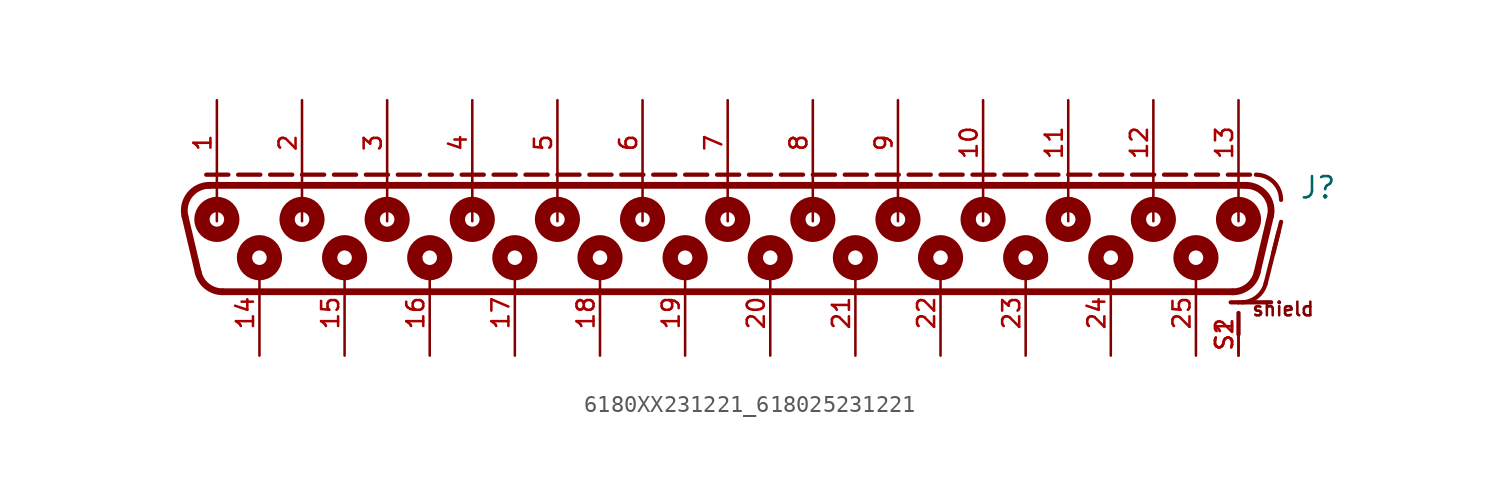
<source format=kicad_sym>
(kicad_symbol_lib
  (version 20231120)
  (generator "kicad_symbol_editor")
  (generator_version "8.0")
  (symbol "6180XX231221_618025231221"
    (pin_names
      (offset 1.016))
    (property "Reference" "J"
      (at 34.1 1.66 0)
      (effects (font (size 1.27 1.27)) (justify left bottom)))
    (symbol "6180XX231221_618025231221_0_0"
      (arc (start -31.5929 -2.6548) (mid -31.0669 -3.4839) (end -30.1331 -3.81) (stroke (width 0.4064) (type default)) (fill (type none)))
      (arc (start -30.9244 2.54) (mid -32.1006 1.9708) (end -32.3842 0.6952) (stroke (width 0.4064) (type default)) (fill (type none)))
      (circle (center -30.48 0.508) (radius 0.432) (stroke (width 0.914) (type default)) (fill (type none)))
      (circle (center -30.48 0.508) (radius 0.762) (stroke (width 0.254) (type default)) (fill (type none)))
      (circle (center -27.94 -1.778) (radius 0.432) (stroke (width 0.914) (type default)) (fill (type none)))
      (circle (center -27.94 -1.778) (radius 0.762) (stroke (width 0.254) (type default)) (fill (type none)))
      (circle (center -25.4 0.508) (radius 0.432) (stroke (width 0.914) (type default)) (fill (type none)))
      (circle (center -25.4 0.508) (radius 0.762) (stroke (width 0.254) (type default)) (fill (type none)))
      (circle (center -22.86 -1.778) (radius 0.432) (stroke (width 0.914) (type default)) (fill (type none)))
      (circle (center -22.86 -1.778) (radius 0.762) (stroke (width 0.254) (type default)) (fill (type none)))
      (circle (center -20.32 0.508) (radius 0.432) (stroke (width 0.914) (type default)) (fill (type none)))
      (circle (center -20.32 0.508) (radius 0.762) (stroke (width 0.254) (type default)) (fill (type none)))
      (circle (center -17.78 -1.778) (radius 0.432) (stroke (width 0.914) (type default)) (fill (type none)))
      (circle (center -17.78 -1.778) (radius 0.762) (stroke (width 0.254) (type default)) (fill (type none)))
      (circle (center -15.24 0.508) (radius 0.432) (stroke (width 0.914) (type default)) (fill (type none)))
      (circle (center -15.24 0.508) (radius 0.762) (stroke (width 0.254) (type default)) (fill (type none)))
      (circle (center -12.7 -1.778) (radius 0.432) (stroke (width 0.914) (type default)) (fill (type none)))
      (circle (center -12.7 -1.778) (radius 0.762) (stroke (width 0.254) (type default)) (fill (type none)))
      (circle (center -10.16 0.508) (radius 0.432) (stroke (width 0.914) (type default)) (fill (type none)))
      (circle (center -10.16 0.508) (radius 0.762) (stroke (width 0.254) (type default)) (fill (type none)))
      (circle (center -7.62 -1.778) (radius 0.432) (stroke (width 0.914) (type default)) (fill (type none)))
      (circle (center -7.62 -1.778) (radius 0.762) (stroke (width 0.254) (type default)) (fill (type none)))
      (circle (center -5.08 0.508) (radius 0.432) (stroke (width 0.914) (type default)) (fill (type none)))
      (circle (center -5.08 0.508) (radius 0.762) (stroke (width 0.254) (type default)) (fill (type none)))
      (circle (center -2.54 -1.778) (radius 0.432) (stroke (width 0.914) (type default)) (fill (type none)))
      (circle (center -2.54 -1.778) (radius 0.762) (stroke (width 0.254) (type default)) (fill (type none)))
      (polyline (pts (xy -31.593 -2.655) (xy -32.384 0.695)) (stroke (width 0.406) (type default)) (fill (type none)))
      (polyline (pts (xy -31.115 3.175) (xy -29.793 3.175)) (stroke (width 0.254) (type default)) (fill (type none)))
      (polyline (pts (xy -30.924 2.54) (xy 30.924 2.54)) (stroke (width 0.406) (type default)) (fill (type none)))
      (polyline (pts (xy -30.48 2.58) (xy -30.48 0.4)) (stroke (width 0.152) (type default)) (fill (type none)))
      (polyline (pts (xy -29.21 3.175) (xy -27.888 3.175)) (stroke (width 0.254) (type default)) (fill (type none)))
      (polyline (pts (xy -27.305 3.175) (xy -25.983 3.175)) (stroke (width 0.254) (type default)) (fill (type none)))
      (polyline (pts (xy -25.4 2.58) (xy -25.4 0.4)) (stroke (width 0.152) (type default)) (fill (type none)))
      (polyline (pts (xy -25.4 3.175) (xy -24.078 3.175)) (stroke (width 0.254) (type default)) (fill (type none)))
      (polyline (pts (xy -23.495 3.175) (xy -22.173 3.175)) (stroke (width 0.254) (type default)) (fill (type none)))
      (polyline (pts (xy -21.59 3.175) (xy -20.268 3.175)) (stroke (width 0.254) (type default)) (fill (type none)))
      (polyline (pts (xy -20.32 2.58) (xy -20.32 0.4)) (stroke (width 0.152) (type default)) (fill (type none)))
      (polyline (pts (xy -19.685 3.175) (xy -18.363 3.175)) (stroke (width 0.254) (type default)) (fill (type none)))
      (polyline (pts (xy -17.78 3.175) (xy -16.458 3.175)) (stroke (width 0.254) (type default)) (fill (type none)))
      (polyline (pts (xy -15.875 3.175) (xy -14.553 3.175)) (stroke (width 0.254) (type default)) (fill (type none)))
      (polyline (pts (xy -15.24 2.58) (xy -15.24 0.4)) (stroke (width 0.152) (type default)) (fill (type none)))
      (polyline (pts (xy -13.97 3.175) (xy -12.648 3.175)) (stroke (width 0.254) (type default)) (fill (type none)))
      (polyline (pts (xy -12.065 3.175) (xy -10.743 3.175)) (stroke (width 0.254) (type default)) (fill (type none)))
      (polyline (pts (xy -10.16 2.58) (xy -10.16 0.4)) (stroke (width 0.152) (type default)) (fill (type none)))
      (polyline (pts (xy -10.16 3.175) (xy -8.838 3.175)) (stroke (width 0.254) (type default)) (fill (type none)))
      (polyline (pts (xy -8.255 3.175) (xy -6.933 3.175)) (stroke (width 0.254) (type default)) (fill (type none)))
      (polyline (pts (xy -6.35 3.175) (xy -5.028 3.175)) (stroke (width 0.254) (type default)) (fill (type none)))
      (polyline (pts (xy -5.08 2.58) (xy -5.08 0.4)) (stroke (width 0.152) (type default)) (fill (type none)))
      (polyline (pts (xy -4.445 3.175) (xy -3.123 3.175)) (stroke (width 0.254) (type default)) (fill (type none)))
      (polyline (pts (xy -2.54 3.175) (xy -1.218 3.175)) (stroke (width 0.254) (type default)) (fill (type none)))
      (polyline (pts (xy -0.635 3.175) (xy 0.687 3.175)) (stroke (width 0.254) (type default)) (fill (type none)))
      (polyline (pts (xy 0 2.58) (xy 0 0.4)) (stroke (width 0.152) (type default)) (fill (type none)))
      (polyline (pts (xy 1.27 3.175) (xy 2.592 3.175)) (stroke (width 0.254) (type default)) (fill (type none)))
      (polyline (pts (xy 3.175 3.175) (xy 4.497 3.175)) (stroke (width 0.254) (type default)) (fill (type none)))
      (polyline (pts (xy 5.08 2.58) (xy 5.08 0.4)) (stroke (width 0.152) (type default)) (fill (type none)))
      (polyline (pts (xy 5.08 3.175) (xy 6.402 3.175)) (stroke (width 0.254) (type default)) (fill (type none)))
      (polyline (pts (xy 6.985 3.175) (xy 8.307 3.175)) (stroke (width 0.254) (type default)) (fill (type none)))
      (polyline (pts (xy 8.89 3.175) (xy 10.212 3.175)) (stroke (width 0.254) (type default)) (fill (type none)))
      (polyline (pts (xy 10.16 2.58) (xy 10.16 0.4)) (stroke (width 0.152) (type default)) (fill (type none)))
      (polyline (pts (xy 10.795 3.175) (xy 12.117 3.175)) (stroke (width 0.254) (type default)) (fill (type none)))
      (polyline (pts (xy 12.7 3.175) (xy 14.022 3.175)) (stroke (width 0.254) (type default)) (fill (type none)))
      (polyline (pts (xy 14.605 3.175) (xy 15.927 3.175)) (stroke (width 0.254) (type default)) (fill (type none)))
      (polyline (pts (xy 15.24 2.58) (xy 15.24 0.4)) (stroke (width 0.152) (type default)) (fill (type none)))
      (polyline (pts (xy 16.51 3.175) (xy 17.832 3.175)) (stroke (width 0.254) (type default)) (fill (type none)))
      (polyline (pts (xy 18.415 3.175) (xy 19.737 3.175)) (stroke (width 0.254) (type default)) (fill (type none)))
      (polyline (pts (xy 20.32 2.58) (xy 20.32 0.4)) (stroke (width 0.152) (type default)) (fill (type none)))
      (polyline (pts (xy 20.32 3.175) (xy 21.642 3.175)) (stroke (width 0.254) (type default)) (fill (type none)))
      (polyline (pts (xy 22.225 3.175) (xy 23.547 3.175)) (stroke (width 0.254) (type default)) (fill (type none)))
      (polyline (pts (xy 24.13 3.175) (xy 25.452 3.175)) (stroke (width 0.254) (type default)) (fill (type none)))
      (polyline (pts (xy 25.4 2.58) (xy 25.4 0.4)) (stroke (width 0.152) (type default)) (fill (type none)))
      (polyline (pts (xy 26.035 3.175) (xy 27.357 3.175)) (stroke (width 0.254) (type default)) (fill (type none)))
      (polyline (pts (xy 27.94 3.175) (xy 29.262 3.175)) (stroke (width 0.254) (type default)) (fill (type none)))
      (polyline (pts (xy 29.845 3.175) (xy 31.167 3.175)) (stroke (width 0.254) (type default)) (fill (type none)))
      (polyline (pts (xy 30.133 -3.81) (xy -30.133 -3.81)) (stroke (width 0.406) (type default)) (fill (type none)))
      (polyline (pts (xy 30.48 -6.35) (xy 30.48 -5.08)) (stroke (width 0.254) (type default)) (fill (type none)))
      (polyline (pts (xy 30.48 -4.445) (xy 30.48 -4.445)) (stroke (width 0.254) (type default)) (fill (type none)))
      (polyline (pts (xy 30.48 2.58) (xy 30.48 0.4)) (stroke (width 0.152) (type default)) (fill (type none)))
      (polyline (pts (xy 30.52 -4.44) (xy 30.014 -4.44)) (stroke (width 0.254) (type default)) (fill (type none)))
      (polyline (pts (xy 32.104 -3.304) (xy 32.866 -0.256)) (stroke (width 0.254) (type default)) (fill (type none)))
      (polyline (pts (xy 32.384 0.695) (xy 31.593 -2.655)) (stroke (width 0.406) (type default)) (fill (type none)))
      (polyline (pts (xy 32.425 -4.44) (xy 30.649 -4.44)) (stroke (width 0.254) (type default)) (fill (type none)))
      (polyline (pts (xy 32.566 -1.456) (xy 33.02 0.36)) (stroke (width 0.254) (type default)) (fill (type none)))
      (circle (center 0 0.508) (radius 0.432) (stroke (width 0.914) (type default)) (fill (type none)))
      (circle (center 0 0.508) (radius 0.762) (stroke (width 0.254) (type default)) (fill (type none)))
      (circle (center 2.54 -1.778) (radius 0.432) (stroke (width 0.914) (type default)) (fill (type none)))
      (circle (center 2.54 -1.778) (radius 0.762) (stroke (width 0.254) (type default)) (fill (type none)))
      (circle (center 5.08 0.508) (radius 0.432) (stroke (width 0.914) (type default)) (fill (type none)))
      (circle (center 5.08 0.508) (radius 0.762) (stroke (width 0.254) (type default)) (fill (type none)))
      (circle (center 7.62 -1.778) (radius 0.432) (stroke (width 0.914) (type default)) (fill (type none)))
      (circle (center 7.62 -1.778) (radius 0.762) (stroke (width 0.254) (type default)) (fill (type none)))
      (circle (center 10.16 0.508) (radius 0.432) (stroke (width 0.914) (type default)) (fill (type none)))
      (circle (center 10.16 0.508) (radius 0.762) (stroke (width 0.254) (type default)) (fill (type none)))
      (circle (center 12.7 -1.778) (radius 0.432) (stroke (width 0.914) (type default)) (fill (type none)))
      (circle (center 12.7 -1.778) (radius 0.762) (stroke (width 0.254) (type default)) (fill (type none)))
      (circle (center 15.24 0.508) (radius 0.432) (stroke (width 0.914) (type default)) (fill (type none)))
      (circle (center 15.24 0.508) (radius 0.762) (stroke (width 0.254) (type default)) (fill (type none)))
      (circle (center 17.78 -1.778) (radius 0.432) (stroke (width 0.914) (type default)) (fill (type none)))
      (circle (center 17.78 -1.778) (radius 0.762) (stroke (width 0.254) (type default)) (fill (type none)))
      (circle (center 20.32 0.508) (radius 0.432) (stroke (width 0.914) (type default)) (fill (type none)))
      (circle (center 20.32 0.508) (radius 0.762) (stroke (width 0.254) (type default)) (fill (type none)))
      (circle (center 22.86 -1.778) (radius 0.432) (stroke (width 0.914) (type default)) (fill (type none)))
      (circle (center 22.86 -1.778) (radius 0.762) (stroke (width 0.254) (type default)) (fill (type none)))
      (circle (center 25.4 0.508) (radius 0.432) (stroke (width 0.914) (type default)) (fill (type none)))
      (circle (center 25.4 0.508) (radius 0.762) (stroke (width 0.254) (type default)) (fill (type none)))
      (circle (center 27.94 -1.778) (radius 0.432) (stroke (width 0.914) (type default)) (fill (type none)))
      (circle (center 27.94 -1.778) (radius 0.762) (stroke (width 0.254) (type default)) (fill (type none)))
      (arc (start 30.1331 -3.81) (mid 31.0609 -3.4886) (end 31.5929 -2.6548) (stroke (width 0.4064) (type default)) (fill (type none)))
      (circle (center 30.48 0.508) (radius 0.432) (stroke (width 0.914) (type default)) (fill (type none)))
      (circle (center 30.48 0.508) (radius 0.762) (stroke (width 0.254) (type default)) (fill (type none)))
      (arc (start 30.6488 -4.44) (mid 31.5725 -4.1228) (end 32.1041 -3.3038) (stroke (width 0.254) (type default)) (fill (type none)))
      (arc (start 32.3842 0.6952) (mid 32.0983 1.9738) (end 30.9244 2.54) (stroke (width 0.4064) (type default)) (fill (type none)))
      (arc (start 33.02 1.675) (mid 32.5807 2.7357) (end 31.52 3.175) (stroke (width 0.254) (type default)) (fill (type none)))
      (text "shield" (at 31.22 -5.32 0) (effects (font (size 0.813 0.813)) (justify left bottom)))
      (pin bidirectional line (at -30.48 7.62 270) (length 5.08) (name "~" (effects (font (size 1.016 1.016)))) (number "1" (effects (font (size 1.016 1.016)))))
      (pin bidirectional line (at 15.24 7.62 270) (length 5.08) (name "~" (effects (font (size 1.016 1.016)))) (number "10" (effects (font (size 1.016 1.016)))))
      (pin bidirectional line (at 20.32 7.62 270) (length 5.08) (name "~" (effects (font (size 1.016 1.016)))) (number "11" (effects (font (size 1.016 1.016)))))
      (pin bidirectional line (at 25.4 7.62 270) (length 5.08) (name "~" (effects (font (size 1.016 1.016)))) (number "12" (effects (font (size 1.016 1.016)))))
      (pin bidirectional line (at 30.48 7.62 270) (length 5.08) (name "~" (effects (font (size 1.016 1.016)))) (number "13" (effects (font (size 1.016 1.016)))))
      (pin bidirectional line (at -27.94 -7.62 90) (length 5.08) (name "~" (effects (font (size 1.016 1.016)))) (number "14" (effects (font (size 1.016 1.016)))))
      (pin bidirectional line (at -22.86 -7.62 90) (length 5.08) (name "~" (effects (font (size 1.016 1.016)))) (number "15" (effects (font (size 1.016 1.016)))))
      (pin bidirectional line (at -17.78 -7.62 90) (length 5.08) (name "~" (effects (font (size 1.016 1.016)))) (number "16" (effects (font (size 1.016 1.016)))))
      (pin bidirectional line (at -12.7 -7.62 90) (length 5.08) (name "~" (effects (font (size 1.016 1.016)))) (number "17" (effects (font (size 1.016 1.016)))))
      (pin bidirectional line (at -7.62 -7.62 90) (length 5.08) (name "~" (effects (font (size 1.016 1.016)))) (number "18" (effects (font (size 1.016 1.016)))))
      (pin bidirectional line (at -2.54 -7.62 90) (length 5.08) (name "~" (effects (font (size 1.016 1.016)))) (number "19" (effects (font (size 1.016 1.016)))))
      (pin bidirectional line (at -25.4 7.62 270) (length 5.08) (name "~" (effects (font (size 1.016 1.016)))) (number "2" (effects (font (size 1.016 1.016)))))
      (pin bidirectional line (at 2.54 -7.62 90) (length 5.08) (name "~" (effects (font (size 1.016 1.016)))) (number "20" (effects (font (size 1.016 1.016)))))
      (pin bidirectional line (at 7.62 -7.62 90) (length 5.08) (name "~" (effects (font (size 1.016 1.016)))) (number "21" (effects (font (size 1.016 1.016)))))
      (pin bidirectional line (at 12.7 -7.62 90) (length 5.08) (name "~" (effects (font (size 1.016 1.016)))) (number "22" (effects (font (size 1.016 1.016)))))
      (pin bidirectional line (at 17.78 -7.62 90) (length 5.08) (name "~" (effects (font (size 1.016 1.016)))) (number "23" (effects (font (size 1.016 1.016)))))
      (pin bidirectional line (at 22.86 -7.62 90) (length 5.08) (name "~" (effects (font (size 1.016 1.016)))) (number "24" (effects (font (size 1.016 1.016)))))
      (pin bidirectional line (at 27.94 -7.62 90) (length 5.08) (name "~" (effects (font (size 1.016 1.016)))) (number "25" (effects (font (size 1.016 1.016)))))
      (pin bidirectional line (at -20.32 7.62 270) (length 5.08) (name "~" (effects (font (size 1.016 1.016)))) (number "3" (effects (font (size 1.016 1.016)))))
      (pin bidirectional line (at -15.24 7.62 270) (length 5.08) (name "~" (effects (font (size 1.016 1.016)))) (number "4" (effects (font (size 1.016 1.016)))))
      (pin bidirectional line (at -10.16 7.62 270) (length 5.08) (name "~" (effects (font (size 1.016 1.016)))) (number "5" (effects (font (size 1.016 1.016)))))
      (pin bidirectional line (at -5.08 7.62 270) (length 5.08) (name "~" (effects (font (size 1.016 1.016)))) (number "6" (effects (font (size 1.016 1.016)))))
      (pin bidirectional line (at 0 7.62 270) (length 5.08) (name "~" (effects (font (size 1.016 1.016)))) (number "7" (effects (font (size 1.016 1.016)))))
      (pin bidirectional line (at 5.08 7.62 270) (length 5.08) (name "~" (effects (font (size 1.016 1.016)))) (number "8" (effects (font (size 1.016 1.016)))))
      (pin bidirectional line (at 10.16 7.62 270) (length 5.08) (name "~" (effects (font (size 1.016 1.016)))) (number "9" (effects (font (size 1.016 1.016)))))
      (pin bidirectional line (at 30.48 -7.62 90) (length 2.54) (name "~" (effects (font (size 1.016 1.016)))) (number "S1" (effects (font (size 1.016 1.016)))))
      (pin bidirectional line (at 30.48 -7.62 90) (length 2.54) (name "~" (effects (font (size 1.016 1.016)))) (number "S2" (effects (font (size 1.016 1.016))))))))
</source>
